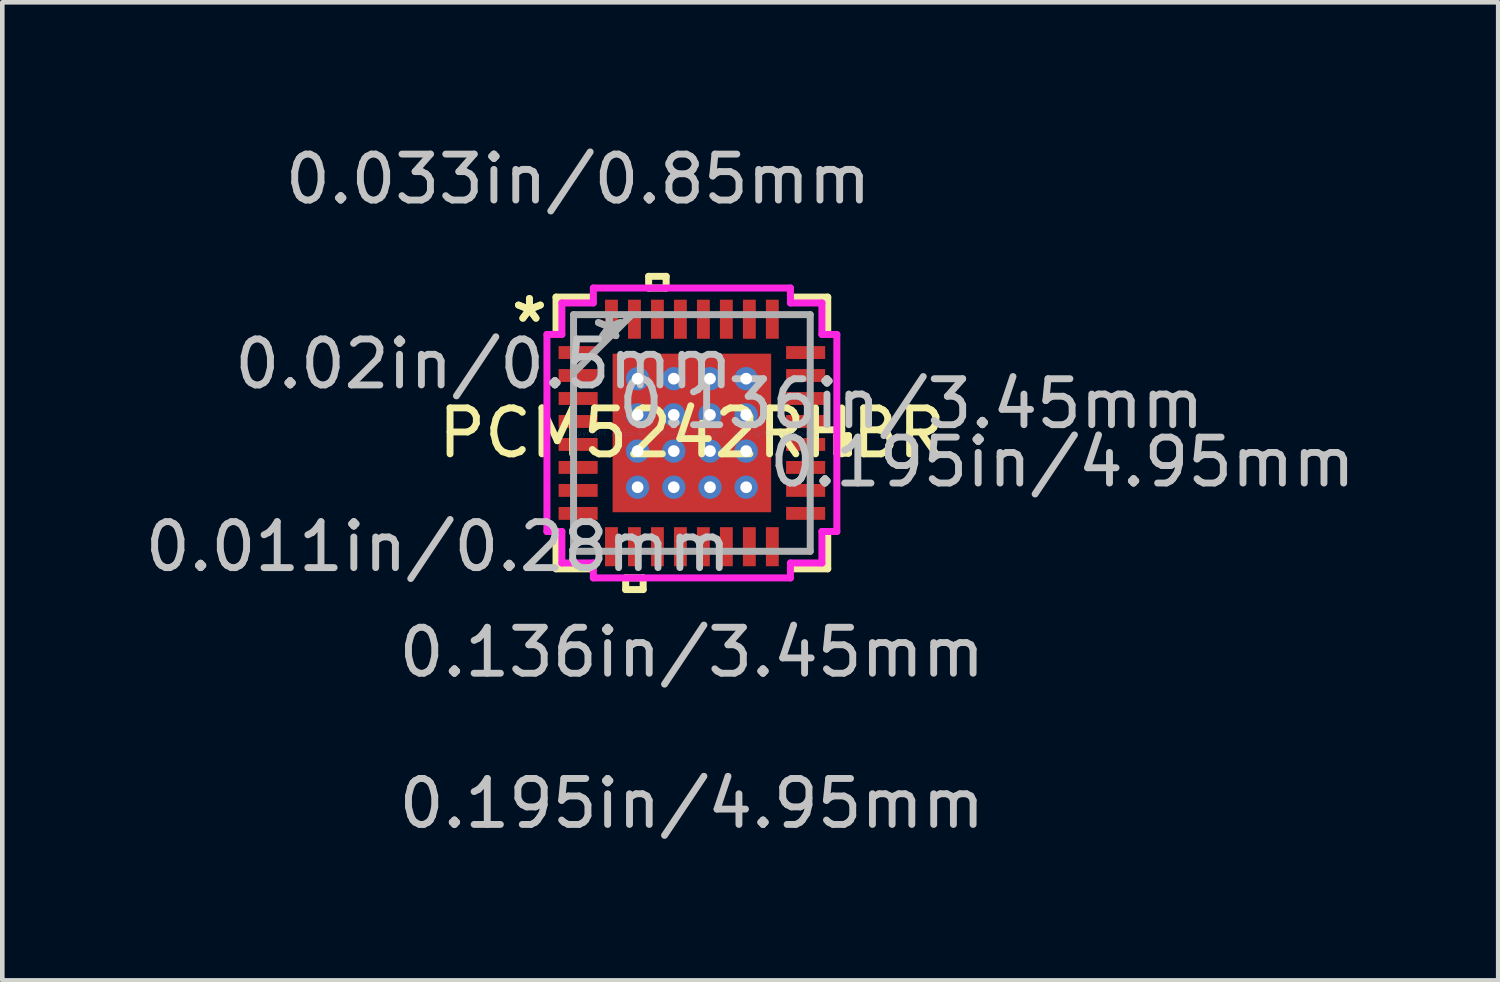
<source format=kicad_pcb>
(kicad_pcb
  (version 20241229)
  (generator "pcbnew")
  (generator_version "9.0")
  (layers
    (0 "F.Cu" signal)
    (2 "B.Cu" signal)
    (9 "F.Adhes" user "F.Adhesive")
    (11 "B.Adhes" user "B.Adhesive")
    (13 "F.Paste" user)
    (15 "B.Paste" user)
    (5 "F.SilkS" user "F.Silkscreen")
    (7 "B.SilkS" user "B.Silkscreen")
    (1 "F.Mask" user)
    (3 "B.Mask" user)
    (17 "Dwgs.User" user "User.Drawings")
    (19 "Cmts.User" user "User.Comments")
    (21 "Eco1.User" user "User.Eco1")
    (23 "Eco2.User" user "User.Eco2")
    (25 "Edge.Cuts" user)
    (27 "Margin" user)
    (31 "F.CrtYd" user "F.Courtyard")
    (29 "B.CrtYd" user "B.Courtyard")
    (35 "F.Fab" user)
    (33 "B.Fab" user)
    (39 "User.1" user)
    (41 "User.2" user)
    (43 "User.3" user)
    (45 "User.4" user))
  (footprint "PCM5242RHBR"
    (layer "F.Cu")
    (at 12.005 6.371)
    (property "Reference" "PCM5242RHBR" (at 0 0 0) (layer "F.SilkS") (effects (font (size 1 1) (thickness 0.15))))
    (attr through_hole)
    (fp_line (start -1.788 -1.788) (end -1.381 -1.788) (stroke (width 0.152) (type solid)) (layer "F.Mask"))
    (fp_line (start -1.788 -1.788) (end 1.788 -1.788) (stroke (width 0.152) (type solid)) (layer "F.Mask"))
    (fp_line (start -1.788 -1.381) (end -1.788 -1.788) (stroke (width 0.152) (type solid)) (layer "F.Mask"))
    (fp_line (start -1.788 -0.981) (end 1.788 -0.981) (stroke (width 0.152) (type solid)) (layer "F.Mask"))
    (fp_line (start -1.788 -0.594) (end -1.788 -0.981) (stroke (width 0.152) (type solid)) (layer "F.Mask"))
    (fp_line (start -1.788 -0.194) (end 1.788 -0.194) (stroke (width 0.152) (type solid)) (layer "F.Mask"))
    (fp_line (start -1.788 0.194) (end -1.788 -0.194) (stroke (width 0.152) (type solid)) (layer "F.Mask"))
    (fp_line (start -1.788 0.594) (end 1.788 0.594) (stroke (width 0.152) (type solid)) (layer "F.Mask"))
    (fp_line (start -1.788 0.981) (end -1.788 0.594) (stroke (width 0.152) (type solid)) (layer "F.Mask"))
    (fp_line (start -1.788 1.381) (end 1.788 1.381) (stroke (width 0.152) (type solid)) (layer "F.Mask"))
    (fp_line (start -1.788 1.788) (end -1.788 -1.788) (stroke (width 0.152) (type solid)) (layer "F.Mask"))
    (fp_line (start -1.788 1.788) (end -1.788 1.381) (stroke (width 0.152) (type solid)) (layer "F.Mask"))
    (fp_line (start -1.381 -1.788) (end -1.381 1.788) (stroke (width 0.152) (type solid)) (layer "F.Mask"))
    (fp_line (start -1.381 1.788) (end -1.788 1.788) (stroke (width 0.152) (type solid)) (layer "F.Mask"))
    (fp_line (start -0.981 -1.788) (end -0.981 1.788) (stroke (width 0.152) (type solid)) (layer "F.Mask"))
    (fp_line (start -0.981 1.788) (end -0.594 1.788) (stroke (width 0.152) (type solid)) (layer "F.Mask"))
    (fp_line (start -0.594 -1.788) (end -0.981 -1.788) (stroke (width 0.152) (type solid)) (layer "F.Mask"))
    (fp_line (start -0.594 1.788) (end -0.594 -1.788) (stroke (width 0.152) (type solid)) (layer "F.Mask"))
    (fp_line (start -0.194 -1.788) (end -0.194 1.788) (stroke (width 0.152) (type solid)) (layer "F.Mask"))
    (fp_line (start -0.194 1.788) (end 0.194 1.788) (stroke (width 0.152) (type solid)) (layer "F.Mask"))
    (fp_line (start 0.194 -1.788) (end -0.194 -1.788) (stroke (width 0.152) (type solid)) (layer "F.Mask"))
    (fp_line (start 0.194 1.788) (end 0.194 -1.788) (stroke (width 0.152) (type solid)) (layer "F.Mask"))
    (fp_line (start 0.594 -1.788) (end 0.594 1.788) (stroke (width 0.152) (type solid)) (layer "F.Mask"))
    (fp_line (start 0.594 1.788) (end 0.981 1.788) (stroke (width 0.152) (type solid)) (layer "F.Mask"))
    (fp_line (start 0.981 -1.788) (end 0.594 -1.788) (stroke (width 0.152) (type solid)) (layer "F.Mask"))
    (fp_line (start 0.981 1.788) (end 0.981 -1.788) (stroke (width 0.152) (type solid)) (layer "F.Mask"))
    (fp_line (start 1.381 -1.788) (end 1.788 -1.788) (stroke (width 0.152) (type solid)) (layer "F.Mask"))
    (fp_line (start 1.381 1.788) (end 1.381 -1.788) (stroke (width 0.152) (type solid)) (layer "F.Mask"))
    (fp_line (start 1.788 -1.788) (end 1.788 -1.381) (stroke (width 0.152) (type solid)) (layer "F.Mask"))
    (fp_line (start 1.788 -1.788) (end 1.788 1.788) (stroke (width 0.152) (type solid)) (layer "F.Mask"))
    (fp_line (start 1.788 -1.381) (end -1.788 -1.381) (stroke (width 0.152) (type solid)) (layer "F.Mask"))
    (fp_line (start 1.788 -0.981) (end 1.788 -0.594) (stroke (width 0.152) (type solid)) (layer "F.Mask"))
    (fp_line (start 1.788 -0.594) (end -1.788 -0.594) (stroke (width 0.152) (type solid)) (layer "F.Mask"))
    (fp_line (start 1.788 -0.194) (end 1.788 0.194) (stroke (width 0.152) (type solid)) (layer "F.Mask"))
    (fp_line (start 1.788 0.194) (end -1.788 0.194) (stroke (width 0.152) (type solid)) (layer "F.Mask"))
    (fp_line (start 1.788 0.594) (end 1.788 0.981) (stroke (width 0.152) (type solid)) (layer "F.Mask"))
    (fp_line (start 1.788 0.981) (end -1.788 0.981) (stroke (width 0.152) (type solid)) (layer "F.Mask"))
    (fp_line (start 1.788 1.381) (end 1.788 1.788) (stroke (width 0.152) (type solid)) (layer "F.Mask"))
    (fp_line (start 1.788 1.788) (end -1.788 1.788) (stroke (width 0.152) (type solid)) (layer "F.Mask"))
    (fp_line (start 1.788 1.788) (end 1.381 1.788) (stroke (width 0.152) (type solid)) (layer "F.Mask"))
    (fp_line (start -2.956 -2.956) (end -2.956 -2.218) (stroke (width 0.152) (type solid)) (layer "F.SilkS"))
    (fp_line (start -2.956 2.218) (end -2.956 2.956) (stroke (width 0.152) (type solid)) (layer "F.SilkS"))
    (fp_line (start -2.956 2.956) (end -2.218 2.956) (stroke (width 0.152) (type solid)) (layer "F.SilkS"))
    (fp_line (start -2.218 -2.956) (end -2.956 -2.956) (stroke (width 0.152) (type solid)) (layer "F.SilkS"))
    (fp_line (start -1.441 3.154) (end -1.441 3.408) (stroke (width 0.152) (type solid)) (layer "F.SilkS"))
    (fp_line (start -1.441 3.408) (end -1.06 3.408) (stroke (width 0.152) (type solid)) (layer "F.SilkS"))
    (fp_line (start -1.06 3.154) (end -1.441 3.154) (stroke (width 0.152) (type solid)) (layer "F.SilkS"))
    (fp_line (start -1.06 3.408) (end -1.06 3.154) (stroke (width 0.152) (type solid)) (layer "F.SilkS"))
    (fp_line (start -0.941 -3.408) (end -0.56 -3.408) (stroke (width 0.152) (type solid)) (layer "F.SilkS"))
    (fp_line (start -0.941 -3.154) (end -0.941 -3.408) (stroke (width 0.152) (type solid)) (layer "F.SilkS"))
    (fp_line (start -0.56 -3.408) (end -0.56 -3.154) (stroke (width 0.152) (type solid)) (layer "F.SilkS"))
    (fp_line (start -0.56 -3.154) (end -0.941 -3.154) (stroke (width 0.152) (type solid)) (layer "F.SilkS"))
    (fp_line (start 2.218 2.956) (end 2.956 2.956) (stroke (width 0.152) (type solid)) (layer "F.SilkS"))
    (fp_line (start 2.956 -2.956) (end 2.218 -2.956) (stroke (width 0.152) (type solid)) (layer "F.SilkS"))
    (fp_line (start 2.956 -2.218) (end 2.956 -2.956) (stroke (width 0.152) (type solid)) (layer "F.SilkS"))
    (fp_line (start 2.956 2.956) (end 2.956 2.218) (stroke (width 0.152) (type solid)) (layer "F.SilkS"))
    (fp_line (start 3.154 0.059) (end 3.408 0.059) (stroke (width 0.152) (type solid)) (layer "F.SilkS"))
    (fp_line (start 3.154 0.441) (end 3.154 0.059) (stroke (width 0.152) (type solid)) (layer "F.SilkS"))
    (fp_line (start 3.408 0.059) (end 3.408 0.441) (stroke (width 0.152) (type solid)) (layer "F.SilkS"))
    (fp_line (start 3.408 0.441) (end 3.154 0.441) (stroke (width 0.152) (type solid)) (layer "F.SilkS"))
    (fp_line (start -1.65 -1.65) (end -1.65 -1.281) (stroke (width 0.152) (type solid)) (layer "F.Paste"))
    (fp_line (start -1.65 -1.281) (end -1.423 -1.281) (stroke (width 0.152) (type solid)) (layer "F.Paste"))
    (fp_line (start -1.65 -1.081) (end -1.65 -0.494) (stroke (width 0.152) (type solid)) (layer "F.Paste"))
    (fp_line (start -1.65 -0.494) (end -1.423 -0.494) (stroke (width 0.152) (type solid)) (layer "F.Paste"))
    (fp_line (start -1.65 -0.294) (end -1.65 0.294) (stroke (width 0.152) (type solid)) (layer "F.Paste"))
    (fp_line (start -1.65 0.294) (end -1.423 0.294) (stroke (width 0.152) (type solid)) (layer "F.Paste"))
    (fp_line (start -1.65 0.494) (end -1.65 1.081) (stroke (width 0.152) (type solid)) (layer "F.Paste"))
    (fp_line (start -1.65 1.081) (end -1.423 1.081) (stroke (width 0.152) (type solid)) (layer "F.Paste"))
    (fp_line (start -1.65 1.281) (end -1.65 1.65) (stroke (width 0.152) (type solid)) (layer "F.Paste"))
    (fp_line (start -1.65 1.65) (end -1.281 1.65) (stroke (width 0.152) (type solid)) (layer "F.Paste"))
    (fp_line (start -1.423 -1.281) (end -1.423 -1.281) (stroke (width 0.152) (type solid)) (layer "F.Paste"))
    (fp_line (start -1.423 -1.281) (end -1.281 -1.423) (stroke (width 0.152) (type solid)) (layer "F.Paste"))
    (fp_line (start -1.423 -1.081) (end -1.65 -1.081) (stroke (width 0.152) (type solid)) (layer "F.Paste"))
    (fp_line (start -1.423 -1.081) (end -1.423 -1.081) (stroke (width 0.152) (type solid)) (layer "F.Paste"))
    (fp_line (start -1.423 -0.494) (end -1.423 -0.494) (stroke (width 0.152) (type solid)) (layer "F.Paste"))
    (fp_line (start -1.423 -0.494) (end -1.281 -0.635) (stroke (width 0.152) (type solid)) (layer "F.Paste"))
    (fp_line (start -1.423 -0.294) (end -1.65 -0.294) (stroke (width 0.152) (type solid)) (layer "F.Paste"))
    (fp_line (start -1.423 -0.294) (end -1.423 -0.294) (stroke (width 0.152) (type solid)) (layer "F.Paste"))
    (fp_line (start -1.423 0.294) (end -1.423 0.294) (stroke (width 0.152) (type solid)) (layer "F.Paste"))
    (fp_line (start -1.423 0.294) (end -1.281 0.152) (stroke (width 0.152) (type solid)) (layer "F.Paste"))
    (fp_line (start -1.423 0.494) (end -1.65 0.494) (stroke (width 0.152) (type solid)) (layer "F.Paste"))
    (fp_line (start -1.423 0.494) (end -1.423 0.494) (stroke (width 0.152) (type solid)) (layer "F.Paste"))
    (fp_line (start -1.423 1.081) (end -1.423 1.081) (stroke (width 0.152) (type solid)) (layer "F.Paste"))
    (fp_line (start -1.423 1.081) (end -1.281 0.94) (stroke (width 0.152) (type solid)) (layer "F.Paste"))
    (fp_line (start -1.423 1.281) (end -1.65 1.281) (stroke (width 0.152) (type solid)) (layer "F.Paste"))
    (fp_line (start -1.423 1.281) (end -1.423 1.281) (stroke (width 0.152) (type solid)) (layer "F.Paste"))
    (fp_line (start -1.281 -1.65) (end -1.65 -1.65) (stroke (width 0.152) (type solid)) (layer "F.Paste"))
    (fp_line (start -1.281 -1.423) (end -1.281 -1.65) (stroke (width 0.152) (type solid)) (layer "F.Paste"))
    (fp_line (start -1.281 -1.423) (end -1.281 -1.423) (stroke (width 0.152) (type solid)) (layer "F.Paste"))
    (fp_line (start -1.281 -0.94) (end -1.423 -1.081) (stroke (width 0.152) (type solid)) (layer "F.Paste"))
    (fp_line (start -1.281 -0.94) (end -1.281 -0.94) (stroke (width 0.152) (type solid)) (layer "F.Paste"))
    (fp_line (start -1.281 -0.635) (end -1.281 -0.94) (stroke (width 0.152) (type solid)) (layer "F.Paste"))
    (fp_line (start -1.281 -0.635) (end -1.281 -0.635) (stroke (width 0.152) (type solid)) (layer "F.Paste"))
    (fp_line (start -1.281 -0.152) (end -1.423 -0.294) (stroke (width 0.152) (type solid)) (layer "F.Paste"))
    (fp_line (start -1.281 -0.152) (end -1.281 -0.152) (stroke (width 0.152) (type solid)) (layer "F.Paste"))
    (fp_line (start -1.281 0.152) (end -1.281 -0.152) (stroke (width 0.152) (type solid)) (layer "F.Paste"))
    (fp_line (start -1.281 0.152) (end -1.281 0.152) (stroke (width 0.152) (type solid)) (layer "F.Paste"))
    (fp_line (start -1.281 0.635) (end -1.423 0.494) (stroke (width 0.152) (type solid)) (layer "F.Paste"))
    (fp_line (start -1.281 0.635) (end -1.281 0.635) (stroke (width 0.152) (type solid)) (layer "F.Paste"))
    (fp_line (start -1.281 0.94) (end -1.281 0.635) (stroke (width 0.152) (type solid)) (layer "F.Paste"))
    (fp_line (start -1.281 0.94) (end -1.281 0.94) (stroke (width 0.152) (type solid)) (layer "F.Paste"))
    (fp_line (start -1.281 1.423) (end -1.423 1.281) (stroke (width 0.152) (type solid)) (layer "F.Paste"))
    (fp_line (start -1.281 1.423) (end -1.281 1.423) (stroke (width 0.152) (type solid)) (layer "F.Paste"))
    (fp_line (start -1.281 1.65) (end -1.281 1.423) (stroke (width 0.152) (type solid)) (layer "F.Paste"))
    (fp_line (start -1.081 -1.65) (end -1.081 -1.423) (stroke (width 0.152) (type solid)) (layer "F.Paste"))
    (fp_line (start -1.081 -1.423) (end -1.081 -1.423) (stroke (width 0.152) (type solid)) (layer "F.Paste"))
    (fp_line (start -1.081 -1.423) (end -0.94 -1.281) (stroke (width 0.152) (type solid)) (layer "F.Paste"))
    (fp_line (start -1.081 -0.94) (end -1.081 -0.94) (stroke (width 0.152) (type solid)) (layer "F.Paste"))
    (fp_line (start -1.081 -0.94) (end -1.081 -0.635) (stroke (width 0.152) (type solid)) (layer "F.Paste"))
    (fp_line (start -1.081 -0.635) (end -1.081 -0.635) (stroke (width 0.152) (type solid)) (layer "F.Paste"))
    (fp_line (start -1.081 -0.635) (end -0.94 -0.494) (stroke (width 0.152) (type solid)) (layer "F.Paste"))
    (fp_line (start -1.081 -0.152) (end -1.081 -0.152) (stroke (width 0.152) (type solid)) (layer "F.Paste"))
    (fp_line (start -1.081 -0.152) (end -1.081 0.152) (stroke (width 0.152) (type solid)) (layer "F.Paste"))
    (fp_line (start -1.081 0.152) (end -1.081 0.152) (stroke (width 0.152) (type solid)) (layer "F.Paste"))
    (fp_line (start -1.081 0.152) (end -0.94 0.294) (stroke (width 0.152) (type solid)) (layer "F.Paste"))
    (fp_line (start -1.081 0.635) (end -1.081 0.635) (stroke (width 0.152) (type solid)) (layer "F.Paste"))
    (fp_line (start -1.081 0.635) (end -1.081 0.94) (stroke (width 0.152) (type solid)) (layer "F.Paste"))
    (fp_line (start -1.081 0.94) (end -1.081 0.94) (stroke (width 0.152) (type solid)) (layer "F.Paste"))
    (fp_line (start -1.081 0.94) (end -0.94 1.081) (stroke (width 0.152) (type solid)) (layer "F.Paste"))
    (fp_line (start -1.081 1.423) (end -1.081 1.423) (stroke (width 0.152) (type solid)) (layer "F.Paste"))
    (fp_line (start -1.081 1.423) (end -1.081 1.65) (stroke (width 0.152) (type solid)) (layer "F.Paste"))
    (fp_line (start -1.081 1.65) (end -0.494 1.65) (stroke (width 0.152) (type solid)) (layer "F.Paste"))
    (fp_line (start -0.94 -1.281) (end -0.94 -1.281) (stroke (width 0.152) (type solid)) (layer "F.Paste"))
    (fp_line (start -0.94 -1.281) (end -0.635 -1.281) (stroke (width 0.152) (type solid)) (layer "F.Paste"))
    (fp_line (start -0.94 -1.081) (end -1.081 -0.94) (stroke (width 0.152) (type solid)) (layer "F.Paste"))
    (fp_line (start -0.94 -1.081) (end -0.94 -1.081) (stroke (width 0.152) (type solid)) (layer "F.Paste"))
    (fp_line (start -0.94 -0.494) (end -0.94 -0.494) (stroke (width 0.152) (type solid)) (layer "F.Paste"))
    (fp_line (start -0.94 -0.494) (end -0.635 -0.494) (stroke (width 0.152) (type solid)) (layer "F.Paste"))
    (fp_line (start -0.94 -0.294) (end -1.081 -0.152) (stroke (width 0.152) (type solid)) (layer "F.Paste"))
    (fp_line (start -0.94 -0.294) (end -0.94 -0.294) (stroke (width 0.152) (type solid)) (layer "F.Paste"))
    (fp_line (start -0.94 0.294) (end -0.94 0.294) (stroke (width 0.152) (type solid)) (layer "F.Paste"))
    (fp_line (start -0.94 0.294) (end -0.635 0.294) (stroke (width 0.152) (type solid)) (layer "F.Paste"))
    (fp_line (start -0.94 0.494) (end -1.081 0.635) (stroke (width 0.152) (type solid)) (layer "F.Paste"))
    (fp_line (start -0.94 0.494) (end -0.94 0.494) (stroke (width 0.152) (type solid)) (layer "F.Paste"))
    (fp_line (start -0.94 1.081) (end -0.94 1.081) (stroke (width 0.152) (type solid)) (layer "F.Paste"))
    (fp_line (start -0.94 1.081) (end -0.635 1.081) (stroke (width 0.152) (type solid)) (layer "F.Paste"))
    (fp_line (start -0.94 1.281) (end -1.081 1.423) (stroke (width 0.152) (type solid)) (layer "F.Paste"))
    (fp_line (start -0.94 1.281) (end -0.94 1.281) (stroke (width 0.152) (type solid)) (layer "F.Paste"))
    (fp_line (start -0.635 -1.281) (end -0.635 -1.281) (stroke (width 0.152) (type solid)) (layer "F.Paste"))
    (fp_line (start -0.635 -1.281) (end -0.494 -1.423) (stroke (width 0.152) (type solid)) (layer "F.Paste"))
    (fp_line (start -0.635 -1.081) (end -0.94 -1.081) (stroke (width 0.152) (type solid)) (layer "F.Paste"))
    (fp_line (start -0.635 -1.081) (end -0.635 -1.081) (stroke (width 0.152) (type solid)) (layer "F.Paste"))
    (fp_line (start -0.635 -0.494) (end -0.635 -0.494) (stroke (width 0.152) (type solid)) (layer "F.Paste"))
    (fp_line (start -0.635 -0.494) (end -0.494 -0.635) (stroke (width 0.152) (type solid)) (layer "F.Paste"))
    (fp_line (start -0.635 -0.294) (end -0.94 -0.294) (stroke (width 0.152) (type solid)) (layer "F.Paste"))
    (fp_line (start -0.635 -0.294) (end -0.635 -0.294) (stroke (width 0.152) (type solid)) (layer "F.Paste"))
    (fp_line (start -0.635 0.294) (end -0.635 0.294) (stroke (width 0.152) (type solid)) (layer "F.Paste"))
    (fp_line (start -0.635 0.294) (end -0.494 0.152) (stroke (width 0.152) (type solid)) (layer "F.Paste"))
    (fp_line (start -0.635 0.494) (end -0.94 0.494) (stroke (width 0.152) (type solid)) (layer "F.Paste"))
    (fp_line (start -0.635 0.494) (end -0.635 0.494) (stroke (width 0.152) (type solid)) (layer "F.Paste"))
    (fp_line (start -0.635 1.081) (end -0.635 1.081) (stroke (width 0.152) (type solid)) (layer "F.Paste"))
    (fp_line (start -0.635 1.081) (end -0.494 0.94) (stroke (width 0.152) (type solid)) (layer "F.Paste"))
    (fp_line (start -0.635 1.281) (end -0.94 1.281) (stroke (width 0.152) (type solid)) (layer "F.Paste"))
    (fp_line (start -0.635 1.281) (end -0.635 1.281) (stroke (width 0.152) (type solid)) (layer "F.Paste"))
    (fp_line (start -0.494 -1.65) (end -1.081 -1.65) (stroke (width 0.152) (type solid)) (layer "F.Paste"))
    (fp_line (start -0.494 -1.423) (end -0.494 -1.65) (stroke (width 0.152) (type solid)) (layer "F.Paste"))
    (fp_line (start -0.494 -1.423) (end -0.494 -1.423) (stroke (width 0.152) (type solid)) (layer "F.Paste"))
    (fp_line (start -0.494 -0.94) (end -0.635 -1.081) (stroke (width 0.152) (type solid)) (layer "F.Paste"))
    (fp_line (start -0.494 -0.94) (end -0.494 -0.94) (stroke (width 0.152) (type solid)) (layer "F.Paste"))
    (fp_line (start -0.494 -0.635) (end -0.494 -0.94) (stroke (width 0.152) (type solid)) (layer "F.Paste"))
    (fp_line (start -0.494 -0.635) (end -0.494 -0.635) (stroke (width 0.152) (type solid)) (layer "F.Paste"))
    (fp_line (start -0.494 -0.152) (end -0.635 -0.294) (stroke (width 0.152) (type solid)) (layer "F.Paste"))
    (fp_line (start -0.494 -0.152) (end -0.494 -0.152) (stroke (width 0.152) (type solid)) (layer "F.Paste"))
    (fp_line (start -0.494 0.152) (end -0.494 -0.152) (stroke (width 0.152) (type solid)) (layer "F.Paste"))
    (fp_line (start -0.494 0.152) (end -0.494 0.152) (stroke (width 0.152) (type solid)) (layer "F.Paste"))
    (fp_line (start -0.494 0.635) (end -0.635 0.494) (stroke (width 0.152) (type solid)) (layer "F.Paste"))
    (fp_line (start -0.494 0.635) (end -0.494 0.635) (stroke (width 0.152) (type solid)) (layer "F.Paste"))
    (fp_line (start -0.494 0.94) (end -0.494 0.635) (stroke (width 0.152) (type solid)) (layer "F.Paste"))
    (fp_line (start -0.494 0.94) (end -0.494 0.94) (stroke (width 0.152) (type solid)) (layer "F.Paste"))
    (fp_line (start -0.494 1.423) (end -0.635 1.281) (stroke (width 0.152) (type solid)) (layer "F.Paste"))
    (fp_line (start -0.494 1.423) (end -0.494 1.423) (stroke (width 0.152) (type solid)) (layer "F.Paste"))
    (fp_line (start -0.494 1.65) (end -0.494 1.423) (stroke (width 0.152) (type solid)) (layer "F.Paste"))
    (fp_line (start -0.294 -1.65) (end -0.294 -1.423) (stroke (width 0.152) (type solid)) (layer "F.Paste"))
    (fp_line (start -0.294 -1.423) (end -0.294 -1.423) (stroke (width 0.152) (type solid)) (layer "F.Paste"))
    (fp_line (start -0.294 -1.423) (end -0.152 -1.281) (stroke (width 0.152) (type solid)) (layer "F.Paste"))
    (fp_line (start -0.294 -0.94) (end -0.294 -0.94) (stroke (width 0.152) (type solid)) (layer "F.Paste"))
    (fp_line (start -0.294 -0.94) (end -0.294 -0.635) (stroke (width 0.152) (type solid)) (layer "F.Paste"))
    (fp_line (start -0.294 -0.635) (end -0.294 -0.635) (stroke (width 0.152) (type solid)) (layer "F.Paste"))
    (fp_line (start -0.294 -0.635) (end -0.152 -0.494) (stroke (width 0.152) (type solid)) (layer "F.Paste"))
    (fp_line (start -0.294 -0.152) (end -0.294 -0.152) (stroke (width 0.152) (type solid)) (layer "F.Paste"))
    (fp_line (start -0.294 -0.152) (end -0.294 0.152) (stroke (width 0.152) (type solid)) (layer "F.Paste"))
    (fp_line (start -0.294 0.152) (end -0.294 0.152) (stroke (width 0.152) (type solid)) (layer "F.Paste"))
    (fp_line (start -0.294 0.152) (end -0.152 0.294) (stroke (width 0.152) (type solid)) (layer "F.Paste"))
    (fp_line (start -0.294 0.635) (end -0.294 0.635) (stroke (width 0.152) (type solid)) (layer "F.Paste"))
    (fp_line (start -0.294 0.635) (end -0.294 0.94) (stroke (width 0.152) (type solid)) (layer "F.Paste"))
    (fp_line (start -0.294 0.94) (end -0.294 0.94) (stroke (width 0.152) (type solid)) (layer "F.Paste"))
    (fp_line (start -0.294 0.94) (end -0.152 1.081) (stroke (width 0.152) (type solid)) (layer "F.Paste"))
    (fp_line (start -0.294 1.423) (end -0.294 1.423) (stroke (width 0.152) (type solid)) (layer "F.Paste"))
    (fp_line (start -0.294 1.423) (end -0.294 1.65) (stroke (width 0.152) (type solid)) (layer "F.Paste"))
    (fp_line (start -0.294 1.65) (end 0.294 1.65) (stroke (width 0.152) (type solid)) (layer "F.Paste"))
    (fp_line (start -0.152 -1.281) (end -0.152 -1.281) (stroke (width 0.152) (type solid)) (layer "F.Paste"))
    (fp_line (start -0.152 -1.281) (end 0.152 -1.281) (stroke (width 0.152) (type solid)) (layer "F.Paste"))
    (fp_line (start -0.152 -1.081) (end -0.294 -0.94) (stroke (width 0.152) (type solid)) (layer "F.Paste"))
    (fp_line (start -0.152 -1.081) (end -0.152 -1.081) (stroke (width 0.152) (type solid)) (layer "F.Paste"))
    (fp_line (start -0.152 -0.494) (end -0.152 -0.494) (stroke (width 0.152) (type solid)) (layer "F.Paste"))
    (fp_line (start -0.152 -0.494) (end 0.152 -0.494) (stroke (width 0.152) (type solid)) (layer "F.Paste"))
    (fp_line (start -0.152 -0.294) (end -0.294 -0.152) (stroke (width 0.152) (type solid)) (layer "F.Paste"))
    (fp_line (start -0.152 -0.294) (end -0.152 -0.294) (stroke (width 0.152) (type solid)) (layer "F.Paste"))
    (fp_line (start -0.152 0.294) (end -0.152 0.294) (stroke (width 0.152) (type solid)) (layer "F.Paste"))
    (fp_line (start -0.152 0.294) (end 0.152 0.294) (stroke (width 0.152) (type solid)) (layer "F.Paste"))
    (fp_line (start -0.152 0.494) (end -0.294 0.635) (stroke (width 0.152) (type solid)) (layer "F.Paste"))
    (fp_line (start -0.152 0.494) (end -0.152 0.494) (stroke (width 0.152) (type solid)) (layer "F.Paste"))
    (fp_line (start -0.152 1.081) (end -0.152 1.081) (stroke (width 0.152) (type solid)) (layer "F.Paste"))
    (fp_line (start -0.152 1.081) (end 0.152 1.081) (stroke (width 0.152) (type solid)) (layer "F.Paste"))
    (fp_line (start -0.152 1.281) (end -0.294 1.423) (stroke (width 0.152) (type solid)) (layer "F.Paste"))
    (fp_line (start -0.152 1.281) (end -0.152 1.281) (stroke (width 0.152) (type solid)) (layer "F.Paste"))
    (fp_line (start 0.152 -1.281) (end 0.152 -1.281) (stroke (width 0.152) (type solid)) (layer "F.Paste"))
    (fp_line (start 0.152 -1.281) (end 0.294 -1.423) (stroke (width 0.152) (type solid)) (layer "F.Paste"))
    (fp_line (start 0.152 -1.081) (end -0.152 -1.081) (stroke (width 0.152) (type solid)) (layer "F.Paste"))
    (fp_line (start 0.152 -1.081) (end 0.152 -1.081) (stroke (width 0.152) (type solid)) (layer "F.Paste"))
    (fp_line (start 0.152 -0.494) (end 0.152 -0.494) (stroke (width 0.152) (type solid)) (layer "F.Paste"))
    (fp_line (start 0.152 -0.494) (end 0.294 -0.635) (stroke (width 0.152) (type solid)) (layer "F.Paste"))
    (fp_line (start 0.152 -0.294) (end -0.152 -0.294) (stroke (width 0.152) (type solid)) (layer "F.Paste"))
    (fp_line (start 0.152 -0.294) (end 0.152 -0.294) (stroke (width 0.152) (type solid)) (layer "F.Paste"))
    (fp_line (start 0.152 0.294) (end 0.152 0.294) (stroke (width 0.152) (type solid)) (layer "F.Paste"))
    (fp_line (start 0.152 0.294) (end 0.294 0.152) (stroke (width 0.152) (type solid)) (layer "F.Paste"))
    (fp_line (start 0.152 0.494) (end -0.152 0.494) (stroke (width 0.152) (type solid)) (layer "F.Paste"))
    (fp_line (start 0.152 0.494) (end 0.152 0.494) (stroke (width 0.152) (type solid)) (layer "F.Paste"))
    (fp_line (start 0.152 1.081) (end 0.152 1.081) (stroke (width 0.152) (type solid)) (layer "F.Paste"))
    (fp_line (start 0.152 1.081) (end 0.294 0.94) (stroke (width 0.152) (type solid)) (layer "F.Paste"))
    (fp_line (start 0.152 1.281) (end -0.152 1.281) (stroke (width 0.152) (type solid)) (layer "F.Paste"))
    (fp_line (start 0.152 1.281) (end 0.152 1.281) (stroke (width 0.152) (type solid)) (layer "F.Paste"))
    (fp_line (start 0.294 -1.65) (end -0.294 -1.65) (stroke (width 0.152) (type solid)) (layer "F.Paste"))
    (fp_line (start 0.294 -1.423) (end 0.294 -1.65) (stroke (width 0.152) (type solid)) (layer "F.Paste"))
    (fp_line (start 0.294 -1.423) (end 0.294 -1.423) (stroke (width 0.152) (type solid)) (layer "F.Paste"))
    (fp_line (start 0.294 -0.94) (end 0.152 -1.081) (stroke (width 0.152) (type solid)) (layer "F.Paste"))
    (fp_line (start 0.294 -0.94) (end 0.294 -0.94) (stroke (width 0.152) (type solid)) (layer "F.Paste"))
    (fp_line (start 0.294 -0.635) (end 0.294 -0.94) (stroke (width 0.152) (type solid)) (layer "F.Paste"))
    (fp_line (start 0.294 -0.635) (end 0.294 -0.635) (stroke (width 0.152) (type solid)) (layer "F.Paste"))
    (fp_line (start 0.294 -0.152) (end 0.152 -0.294) (stroke (width 0.152) (type solid)) (layer "F.Paste"))
    (fp_line (start 0.294 -0.152) (end 0.294 -0.152) (stroke (width 0.152) (type solid)) (layer "F.Paste"))
    (fp_line (start 0.294 0.152) (end 0.294 -0.152) (stroke (width 0.152) (type solid)) (layer "F.Paste"))
    (fp_line (start 0.294 0.152) (end 0.294 0.152) (stroke (width 0.152) (type solid)) (layer "F.Paste"))
    (fp_line (start 0.294 0.635) (end 0.152 0.494) (stroke (width 0.152) (type solid)) (layer "F.Paste"))
    (fp_line (start 0.294 0.635) (end 0.294 0.635) (stroke (width 0.152) (type solid)) (layer "F.Paste"))
    (fp_line (start 0.294 0.94) (end 0.294 0.635) (stroke (width 0.152) (type solid)) (layer "F.Paste"))
    (fp_line (start 0.294 0.94) (end 0.294 0.94) (stroke (width 0.152) (type solid)) (layer "F.Paste"))
    (fp_line (start 0.294 1.423) (end 0.152 1.281) (stroke (width 0.152) (type solid)) (layer "F.Paste"))
    (fp_line (start 0.294 1.423) (end 0.294 1.423) (stroke (width 0.152) (type solid)) (layer "F.Paste"))
    (fp_line (start 0.294 1.65) (end 0.294 1.423) (stroke (width 0.152) (type solid)) (layer "F.Paste"))
    (fp_line (start 0.494 -1.65) (end 0.494 -1.423) (stroke (width 0.152) (type solid)) (layer "F.Paste"))
    (fp_line (start 0.494 -1.423) (end 0.494 -1.423) (stroke (width 0.152) (type solid)) (layer "F.Paste"))
    (fp_line (start 0.494 -1.423) (end 0.635 -1.281) (stroke (width 0.152) (type solid)) (layer "F.Paste"))
    (fp_line (start 0.494 -0.94) (end 0.494 -0.94) (stroke (width 0.152) (type solid)) (layer "F.Paste"))
    (fp_line (start 0.494 -0.94) (end 0.494 -0.635) (stroke (width 0.152) (type solid)) (layer "F.Paste"))
    (fp_line (start 0.494 -0.635) (end 0.494 -0.635) (stroke (width 0.152) (type solid)) (layer "F.Paste"))
    (fp_line (start 0.494 -0.635) (end 0.635 -0.494) (stroke (width 0.152) (type solid)) (layer "F.Paste"))
    (fp_line (start 0.494 -0.152) (end 0.494 -0.152) (stroke (width 0.152) (type solid)) (layer "F.Paste"))
    (fp_line (start 0.494 -0.152) (end 0.494 0.152) (stroke (width 0.152) (type solid)) (layer "F.Paste"))
    (fp_line (start 0.494 0.152) (end 0.494 0.152) (stroke (width 0.152) (type solid)) (layer "F.Paste"))
    (fp_line (start 0.494 0.152) (end 0.635 0.294) (stroke (width 0.152) (type solid)) (layer "F.Paste"))
    (fp_line (start 0.494 0.635) (end 0.494 0.635) (stroke (width 0.152) (type solid)) (layer "F.Paste"))
    (fp_line (start 0.494 0.635) (end 0.494 0.94) (stroke (width 0.152) (type solid)) (layer "F.Paste"))
    (fp_line (start 0.494 0.94) (end 0.494 0.94) (stroke (width 0.152) (type solid)) (layer "F.Paste"))
    (fp_line (start 0.494 0.94) (end 0.635 1.081) (stroke (width 0.152) (type solid)) (layer "F.Paste"))
    (fp_line (start 0.494 1.423) (end 0.494 1.423) (stroke (width 0.152) (type solid)) (layer "F.Paste"))
    (fp_line (start 0.494 1.423) (end 0.494 1.65) (stroke (width 0.152) (type solid)) (layer "F.Paste"))
    (fp_line (start 0.494 1.65) (end 1.081 1.65) (stroke (width 0.152) (type solid)) (layer "F.Paste"))
    (fp_line (start 0.635 -1.281) (end 0.635 -1.281) (stroke (width 0.152) (type solid)) (layer "F.Paste"))
    (fp_line (start 0.635 -1.281) (end 0.94 -1.281) (stroke (width 0.152) (type solid)) (layer "F.Paste"))
    (fp_line (start 0.635 -1.081) (end 0.494 -0.94) (stroke (width 0.152) (type solid)) (layer "F.Paste"))
    (fp_line (start 0.635 -1.081) (end 0.635 -1.081) (stroke (width 0.152) (type solid)) (layer "F.Paste"))
    (fp_line (start 0.635 -0.494) (end 0.635 -0.494) (stroke (width 0.152) (type solid)) (layer "F.Paste"))
    (fp_line (start 0.635 -0.494) (end 0.94 -0.494) (stroke (width 0.152) (type solid)) (layer "F.Paste"))
    (fp_line (start 0.635 -0.294) (end 0.494 -0.152) (stroke (width 0.152) (type solid)) (layer "F.Paste"))
    (fp_line (start 0.635 -0.294) (end 0.635 -0.294) (stroke (width 0.152) (type solid)) (layer "F.Paste"))
    (fp_line (start 0.635 0.294) (end 0.635 0.294) (stroke (width 0.152) (type solid)) (layer "F.Paste"))
    (fp_line (start 0.635 0.294) (end 0.94 0.294) (stroke (width 0.152) (type solid)) (layer "F.Paste"))
    (fp_line (start 0.635 0.494) (end 0.494 0.635) (stroke (width 0.152) (type solid)) (layer "F.Paste"))
    (fp_line (start 0.635 0.494) (end 0.635 0.494) (stroke (width 0.152) (type solid)) (layer "F.Paste"))
    (fp_line (start 0.635 1.081) (end 0.635 1.081) (stroke (width 0.152) (type solid)) (layer "F.Paste"))
    (fp_line (start 0.635 1.081) (end 0.94 1.081) (stroke (width 0.152) (type solid)) (layer "F.Paste"))
    (fp_line (start 0.635 1.281) (end 0.494 1.423) (stroke (width 0.152) (type solid)) (layer "F.Paste"))
    (fp_line (start 0.635 1.281) (end 0.635 1.281) (stroke (width 0.152) (type solid)) (layer "F.Paste"))
    (fp_line (start 0.94 -1.281) (end 0.94 -1.281) (stroke (width 0.152) (type solid)) (layer "F.Paste"))
    (fp_line (start 0.94 -1.281) (end 1.081 -1.423) (stroke (width 0.152) (type solid)) (layer "F.Paste"))
    (fp_line (start 0.94 -1.081) (end 0.635 -1.081) (stroke (width 0.152) (type solid)) (layer "F.Paste"))
    (fp_line (start 0.94 -1.081) (end 0.94 -1.081) (stroke (width 0.152) (type solid)) (layer "F.Paste"))
    (fp_line (start 0.94 -0.494) (end 0.94 -0.494) (stroke (width 0.152) (type solid)) (layer "F.Paste"))
    (fp_line (start 0.94 -0.494) (end 1.081 -0.635) (stroke (width 0.152) (type solid)) (layer "F.Paste"))
    (fp_line (start 0.94 -0.294) (end 0.635 -0.294) (stroke (width 0.152) (type solid)) (layer "F.Paste"))
    (fp_line (start 0.94 -0.294) (end 0.94 -0.294) (stroke (width 0.152) (type solid)) (layer "F.Paste"))
    (fp_line (start 0.94 0.294) (end 0.94 0.294) (stroke (width 0.152) (type solid)) (layer "F.Paste"))
    (fp_line (start 0.94 0.294) (end 1.081 0.152) (stroke (width 0.152) (type solid)) (layer "F.Paste"))
    (fp_line (start 0.94 0.494) (end 0.635 0.494) (stroke (width 0.152) (type solid)) (layer "F.Paste"))
    (fp_line (start 0.94 0.494) (end 0.94 0.494) (stroke (width 0.152) (type solid)) (layer "F.Paste"))
    (fp_line (start 0.94 1.081) (end 0.94 1.081) (stroke (width 0.152) (type solid)) (layer "F.Paste"))
    (fp_line (start 0.94 1.081) (end 1.081 0.94) (stroke (width 0.152) (type solid)) (layer "F.Paste"))
    (fp_line (start 0.94 1.281) (end 0.635 1.281) (stroke (width 0.152) (type solid)) (layer "F.Paste"))
    (fp_line (start 0.94 1.281) (end 0.94 1.281) (stroke (width 0.152) (type solid)) (layer "F.Paste"))
    (fp_line (start 1.081 -1.65) (end 0.494 -1.65) (stroke (width 0.152) (type solid)) (layer "F.Paste"))
    (fp_line (start 1.081 -1.423) (end 1.081 -1.65) (stroke (width 0.152) (type solid)) (layer "F.Paste"))
    (fp_line (start 1.081 -1.423) (end 1.081 -1.423) (stroke (width 0.152) (type solid)) (layer "F.Paste"))
    (fp_line (start 1.081 -0.94) (end 0.94 -1.081) (stroke (width 0.152) (type solid)) (layer "F.Paste"))
    (fp_line (start 1.081 -0.94) (end 1.081 -0.94) (stroke (width 0.152) (type solid)) (layer "F.Paste"))
    (fp_line (start 1.081 -0.635) (end 1.081 -0.94) (stroke (width 0.152) (type solid)) (layer "F.Paste"))
    (fp_line (start 1.081 -0.635) (end 1.081 -0.635) (stroke (width 0.152) (type solid)) (layer "F.Paste"))
    (fp_line (start 1.081 -0.152) (end 0.94 -0.294) (stroke (width 0.152) (type solid)) (layer "F.Paste"))
    (fp_line (start 1.081 -0.152) (end 1.081 -0.152) (stroke (width 0.152) (type solid)) (layer "F.Paste"))
    (fp_line (start 1.081 0.152) (end 1.081 -0.152) (stroke (width 0.152) (type solid)) (layer "F.Paste"))
    (fp_line (start 1.081 0.152) (end 1.081 0.152) (stroke (width 0.152) (type solid)) (layer "F.Paste"))
    (fp_line (start 1.081 0.635) (end 0.94 0.494) (stroke (width 0.152) (type solid)) (layer "F.Paste"))
    (fp_line (start 1.081 0.635) (end 1.081 0.635) (stroke (width 0.152) (type solid)) (layer "F.Paste"))
    (fp_line (start 1.081 0.94) (end 1.081 0.635) (stroke (width 0.152) (type solid)) (layer "F.Paste"))
    (fp_line (start 1.081 0.94) (end 1.081 0.94) (stroke (width 0.152) (type solid)) (layer "F.Paste"))
    (fp_line (start 1.081 1.423) (end 0.94 1.281) (stroke (width 0.152) (type solid)) (layer "F.Paste"))
    (fp_line (start 1.081 1.423) (end 1.081 1.423) (stroke (width 0.152) (type solid)) (layer "F.Paste"))
    (fp_line (start 1.081 1.65) (end 1.081 1.423) (stroke (width 0.152) (type solid)) (layer "F.Paste"))
    (fp_line (start 1.281 -1.65) (end 1.281 -1.423) (stroke (width 0.152) (type solid)) (layer "F.Paste"))
    (fp_line (start 1.281 -1.423) (end 1.281 -1.423) (stroke (width 0.152) (type solid)) (layer "F.Paste"))
    (fp_line (start 1.281 -1.423) (end 1.423 -1.281) (stroke (width 0.152) (type solid)) (layer "F.Paste"))
    (fp_line (start 1.281 -0.94) (end 1.281 -0.94) (stroke (width 0.152) (type solid)) (layer "F.Paste"))
    (fp_line (start 1.281 -0.94) (end 1.281 -0.635) (stroke (width 0.152) (type solid)) (layer "F.Paste"))
    (fp_line (start 1.281 -0.635) (end 1.281 -0.635) (stroke (width 0.152) (type solid)) (layer "F.Paste"))
    (fp_line (start 1.281 -0.635) (end 1.423 -0.494) (stroke (width 0.152) (type solid)) (layer "F.Paste"))
    (fp_line (start 1.281 -0.152) (end 1.281 -0.152) (stroke (width 0.152) (type solid)) (layer "F.Paste"))
    (fp_line (start 1.281 -0.152) (end 1.281 0.152) (stroke (width 0.152) (type solid)) (layer "F.Paste"))
    (fp_line (start 1.281 0.152) (end 1.281 0.152) (stroke (width 0.152) (type solid)) (layer "F.Paste"))
    (fp_line (start 1.281 0.152) (end 1.423 0.294) (stroke (width 0.152) (type solid)) (layer "F.Paste"))
    (fp_line (start 1.281 0.635) (end 1.281 0.635) (stroke (width 0.152) (type solid)) (layer "F.Paste"))
    (fp_line (start 1.281 0.635) (end 1.281 0.94) (stroke (width 0.152) (type solid)) (layer "F.Paste"))
    (fp_line (start 1.281 0.94) (end 1.281 0.94) (stroke (width 0.152) (type solid)) (layer "F.Paste"))
    (fp_line (start 1.281 0.94) (end 1.423 1.081) (stroke (width 0.152) (type solid)) (layer "F.Paste"))
    (fp_line (start 1.281 1.423) (end 1.281 1.423) (stroke (width 0.152) (type solid)) (layer "F.Paste"))
    (fp_line (start 1.281 1.423) (end 1.281 1.65) (stroke (width 0.152) (type solid)) (layer "F.Paste"))
    (fp_line (start 1.281 1.65) (end 1.65 1.65) (stroke (width 0.152) (type solid)) (layer "F.Paste"))
    (fp_line (start 1.423 -1.281) (end 1.423 -1.281) (stroke (width 0.152) (type solid)) (layer "F.Paste"))
    (fp_line (start 1.423 -1.281) (end 1.65 -1.281) (stroke (width 0.152) (type solid)) (layer "F.Paste"))
    (fp_line (start 1.423 -1.081) (end 1.281 -0.94) (stroke (width 0.152) (type solid)) (layer "F.Paste"))
    (fp_line (start 1.423 -1.081) (end 1.423 -1.081) (stroke (width 0.152) (type solid)) (layer "F.Paste"))
    (fp_line (start 1.423 -0.494) (end 1.423 -0.494) (stroke (width 0.152) (type solid)) (layer "F.Paste"))
    (fp_line (start 1.423 -0.494) (end 1.65 -0.494) (stroke (width 0.152) (type solid)) (layer "F.Paste"))
    (fp_line (start 1.423 -0.294) (end 1.281 -0.152) (stroke (width 0.152) (type solid)) (layer "F.Paste"))
    (fp_line (start 1.423 -0.294) (end 1.423 -0.294) (stroke (width 0.152) (type solid)) (layer "F.Paste"))
    (fp_line (start 1.423 0.294) (end 1.423 0.294) (stroke (width 0.152) (type solid)) (layer "F.Paste"))
    (fp_line (start 1.423 0.294) (end 1.65 0.294) (stroke (width 0.152) (type solid)) (layer "F.Paste"))
    (fp_line (start 1.423 0.494) (end 1.281 0.635) (stroke (width 0.152) (type solid)) (layer "F.Paste"))
    (fp_line (start 1.423 0.494) (end 1.423 0.494) (stroke (width 0.152) (type solid)) (layer "F.Paste"))
    (fp_line (start 1.423 1.081) (end 1.423 1.081) (stroke (width 0.152) (type solid)) (layer "F.Paste"))
    (fp_line (start 1.423 1.081) (end 1.65 1.081) (stroke (width 0.152) (type solid)) (layer "F.Paste"))
    (fp_line (start 1.423 1.281) (end 1.281 1.423) (stroke (width 0.152) (type solid)) (layer "F.Paste"))
    (fp_line (start 1.423 1.281) (end 1.423 1.281) (stroke (width 0.152) (type solid)) (layer "F.Paste"))
    (fp_line (start 1.65 -1.65) (end 1.281 -1.65) (stroke (width 0.152) (type solid)) (layer "F.Paste"))
    (fp_line (start 1.65 -1.281) (end 1.65 -1.65) (stroke (width 0.152) (type solid)) (layer "F.Paste"))
    (fp_line (start 1.65 -1.081) (end 1.423 -1.081) (stroke (width 0.152) (type solid)) (layer "F.Paste"))
    (fp_line (start 1.65 -0.494) (end 1.65 -1.081) (stroke (width 0.152) (type solid)) (layer "F.Paste"))
    (fp_line (start 1.65 -0.294) (end 1.423 -0.294) (stroke (width 0.152) (type solid)) (layer "F.Paste"))
    (fp_line (start 1.65 0.294) (end 1.65 -0.294) (stroke (width 0.152) (type solid)) (layer "F.Paste"))
    (fp_line (start 1.65 0.494) (end 1.423 0.494) (stroke (width 0.152) (type solid)) (layer "F.Paste"))
    (fp_line (start 1.65 1.081) (end 1.65 0.494) (stroke (width 0.152) (type solid)) (layer "F.Paste"))
    (fp_line (start 1.65 1.281) (end 1.423 1.281) (stroke (width 0.152) (type solid)) (layer "F.Paste"))
    (fp_line (start 1.65 1.65) (end 1.65 1.281) (stroke (width 0.152) (type solid)) (layer "F.Paste"))
    (fp_line (start -3.154 -2.144) (end -2.829 -2.144) (stroke (width 0.152) (type solid)) (layer "F.CrtYd"))
    (fp_line (start -3.154 2.144) (end -3.154 -2.144) (stroke (width 0.152) (type solid)) (layer "F.CrtYd"))
    (fp_line (start -2.829 -2.829) (end -2.144 -2.829) (stroke (width 0.152) (type solid)) (layer "F.CrtYd"))
    (fp_line (start -2.829 -2.144) (end -2.829 -2.829) (stroke (width 0.152) (type solid)) (layer "F.CrtYd"))
    (fp_line (start -2.829 2.144) (end -3.154 2.144) (stroke (width 0.152) (type solid)) (layer "F.CrtYd"))
    (fp_line (start -2.829 2.829) (end -2.829 2.144) (stroke (width 0.152) (type solid)) (layer "F.CrtYd"))
    (fp_line (start -2.144 -3.154) (end 2.144 -3.154) (stroke (width 0.152) (type solid)) (layer "F.CrtYd"))
    (fp_line (start -2.144 -2.829) (end -2.144 -3.154) (stroke (width 0.152) (type solid)) (layer "F.CrtYd"))
    (fp_line (start -2.144 2.829) (end -2.829 2.829) (stroke (width 0.152) (type solid)) (layer "F.CrtYd"))
    (fp_line (start -2.144 3.154) (end -2.144 2.829) (stroke (width 0.152) (type solid)) (layer "F.CrtYd"))
    (fp_line (start 2.144 -3.154) (end 2.144 -2.829) (stroke (width 0.152) (type solid)) (layer "F.CrtYd"))
    (fp_line (start 2.144 -2.829) (end 2.829 -2.829) (stroke (width 0.152) (type solid)) (layer "F.CrtYd"))
    (fp_line (start 2.144 2.829) (end 2.144 3.154) (stroke (width 0.152) (type solid)) (layer "F.CrtYd"))
    (fp_line (start 2.144 3.154) (end -2.144 3.154) (stroke (width 0.152) (type solid)) (layer "F.CrtYd"))
    (fp_line (start 2.829 -2.829) (end 2.829 -2.144) (stroke (width 0.152) (type solid)) (layer "F.CrtYd"))
    (fp_line (start 2.829 -2.144) (end 3.154 -2.144) (stroke (width 0.152) (type solid)) (layer "F.CrtYd"))
    (fp_line (start 2.829 2.144) (end 2.829 2.829) (stroke (width 0.152) (type solid)) (layer "F.CrtYd"))
    (fp_line (start 2.829 2.829) (end 2.144 2.829) (stroke (width 0.152) (type solid)) (layer "F.CrtYd"))
    (fp_line (start 3.154 -2.144) (end 3.154 2.144) (stroke (width 0.152) (type solid)) (layer "F.CrtYd"))
    (fp_line (start 3.154 2.144) (end 2.829 2.144) (stroke (width 0.152) (type solid)) (layer "F.CrtYd"))
    (fp_line (start -2.575 -2.575) (end -2.575 2.575) (stroke (width 0.152) (type solid)) (layer "F.Fab"))
    (fp_line (start -2.575 -1.305) (end -1.305 -2.575) (stroke (width 0.152) (type solid)) (layer "F.Fab"))
    (fp_line (start -2.575 2.575) (end 2.575 2.575) (stroke (width 0.152) (type solid)) (layer "F.Fab"))
    (fp_line (start 2.575 -2.575) (end -2.575 -2.575) (stroke (width 0.152) (type solid)) (layer "F.Fab"))
    (fp_line (start 2.575 2.575) (end 2.575 -2.575) (stroke (width 0.152) (type solid)) (layer "F.Fab"))
    (fp_text user "*" (at -3.535 -2.381 0) (layer "F.SilkS") (effects (font (size 1 1) (thickness 0.15))))
    (fp_text user "*" (at -3.535 -2.381 0) (layer "F.SilkS") (effects (font (size 1 1) (thickness 0.15))))
    (fp_text user "0.02in/0.5mm" (at -4.528 -1.5 0) (layer "Dwgs.User") (effects (font (size 1 1) (thickness 0.15))))
    (fp_text user "0.033in/0.85mm" (at -2.475 -5.523 0) (layer "Dwgs.User") (effects (font (size 1 1) (thickness 0.15))))
    (fp_text user "0.195in/4.95mm" (at 0 8.063 0) (layer "Dwgs.User") (effects (font (size 1 1) (thickness 0.15))))
    (fp_text user "0.136in/3.45mm" (at 4.773 -0.635 0) (layer "Dwgs.User") (effects (font (size 1 1) (thickness 0.15))))
    (fp_text user "0.136in/3.45mm" (at 0 4.773 0) (layer "Dwgs.User") (effects (font (size 1 1) (thickness 0.15))))
    (fp_text user "0.011in/0.28mm" (at -5.523 2.475 0) (layer "Dwgs.User") (effects (font (size 1 1) (thickness 0.15))))
    (fp_text user "0.195in/4.95mm" (at 8.063 0.635 0) (layer "Dwgs.User") (effects (font (size 1 1) (thickness 0.15))))
    (fp_text user "Copyright 2016 Accelerated Designs. All rights reserved." (at 0 0 0) (layer "Cmts.User") (effects (font (size 0.127 0.127) (thickness 0.002))))
    (fp_text user "*" (at -1.796 -2 0) (layer "F.Fab") (effects (font (size 1 1) (thickness 0.15))))
    (fp_text user "*" (at -1.796 -2 0) (layer "F.Fab") (effects (font (size 1 1) (thickness 0.15))))
    (pad "1" smd rect (at -2.475 -1.75 90) (size 0.28 0.85) (layers "F.Cu" "F.Mask" "F.Paste"))
    (pad "2" smd rect (at -2.475 -1.25 90) (size 0.28 0.85) (layers "F.Cu" "F.Mask" "F.Paste"))
    (pad "3" smd rect (at -2.475 -0.75 90) (size 0.28 0.85) (layers "F.Cu" "F.Mask" "F.Paste"))
    (pad "4" smd rect (at -2.475 -0.25 90) (size 0.28 0.85) (layers "F.Cu" "F.Mask" "F.Paste"))
    (pad "5" smd rect (at -2.475 0.25 90) (size 0.28 0.85) (layers "F.Cu" "F.Mask" "F.Paste"))
    (pad "6" smd rect (at -2.475 0.75 90) (size 0.28 0.85) (layers "F.Cu" "F.Mask" "F.Paste"))
    (pad "7" smd rect (at -2.475 1.25 90) (size 0.28 0.85) (layers "F.Cu" "F.Mask" "F.Paste"))
    (pad "8" smd rect (at -2.475 1.75 90) (size 0.28 0.85) (layers "F.Cu" "F.Mask" "F.Paste"))
    (pad "9" smd rect (at -1.75 2.475) (size 0.28 0.85) (layers "F.Cu" "F.Mask" "F.Paste"))
    (pad "10" smd rect (at -1.25 2.475) (size 0.28 0.85) (layers "F.Cu" "F.Mask" "F.Paste"))
    (pad "11" smd rect (at -0.75 2.475) (size 0.28 0.85) (layers "F.Cu" "F.Mask" "F.Paste"))
    (pad "12" smd rect (at -0.25 2.475) (size 0.28 0.85) (layers "F.Cu" "F.Mask" "F.Paste"))
    (pad "13" smd rect (at 0.25 2.475) (size 0.28 0.85) (layers "F.Cu" "F.Mask" "F.Paste"))
    (pad "14" smd rect (at 0.75 2.475) (size 0.28 0.85) (layers "F.Cu" "F.Mask" "F.Paste"))
    (pad "15" smd rect (at 1.25 2.475) (size 0.28 0.85) (layers "F.Cu" "F.Mask" "F.Paste"))
    (pad "16" smd rect (at 1.75 2.475) (size 0.28 0.85) (layers "F.Cu" "F.Mask" "F.Paste"))
    (pad "17" smd rect (at 2.475 1.75 90) (size 0.28 0.85) (layers "F.Cu" "F.Mask" "F.Paste"))
    (pad "18" smd rect (at 2.475 1.25 90) (size 0.28 0.85) (layers "F.Cu" "F.Mask" "F.Paste"))
    (pad "19" smd rect (at 2.475 0.75 90) (size 0.28 0.85) (layers "F.Cu" "F.Mask" "F.Paste"))
    (pad "20" smd rect (at 2.475 0.25 90) (size 0.28 0.85) (layers "F.Cu" "F.Mask" "F.Paste"))
    (pad "21" smd rect (at 2.475 -0.25 90) (size 0.28 0.85) (layers "F.Cu" "F.Mask" "F.Paste"))
    (pad "22" smd rect (at 2.475 -0.75 90) (size 0.28 0.85) (layers "F.Cu" "F.Mask" "F.Paste"))
    (pad "23" smd rect (at 2.475 -1.25 90) (size 0.28 0.85) (layers "F.Cu" "F.Mask" "F.Paste"))
    (pad "24" smd rect (at 2.475 -1.75 90) (size 0.28 0.85) (layers "F.Cu" "F.Mask" "F.Paste"))
    (pad "25" smd rect (at 1.75 -2.475) (size 0.28 0.85) (layers "F.Cu" "F.Mask" "F.Paste"))
    (pad "26" smd rect (at 1.25 -2.475) (size 0.28 0.85) (layers "F.Cu" "F.Mask" "F.Paste"))
    (pad "27" smd rect (at 0.75 -2.475) (size 0.28 0.85) (layers "F.Cu" "F.Mask" "F.Paste"))
    (pad "28" smd rect (at 0.25 -2.475) (size 0.28 0.85) (layers "F.Cu" "F.Mask" "F.Paste"))
    (pad "29" smd rect (at -0.25 -2.475) (size 0.28 0.85) (layers "F.Cu" "F.Mask" "F.Paste"))
    (pad "30" smd rect (at -0.75 -2.475) (size 0.28 0.85) (layers "F.Cu" "F.Mask" "F.Paste"))
    (pad "31" smd rect (at -1.25 -2.475) (size 0.28 0.85) (layers "F.Cu" "F.Mask" "F.Paste"))
    (pad "32" smd rect (at -1.75 -2.475) (size 0.28 0.85) (layers "F.Cu" "F.Mask" "F.Paste"))
    (pad "33" smd rect (at 0 0) (size 3.45 3.45) (layers "F.Cu" "F.Mask" "F.Paste"))
    (pad "V" thru_hole circle (at -1.181 -1.181) (size 0.508 0.508) (drill 0.254) (layers "*.Cu" "*.Mask"))
    (pad "V" thru_hole circle (at -1.181 -0.394) (size 0.508 0.508) (drill 0.254) (layers "*.Cu" "*.Mask"))
    (pad "V" thru_hole circle (at -1.181 0.394) (size 0.508 0.508) (drill 0.254) (layers "*.Cu" "*.Mask"))
    (pad "V" thru_hole circle (at -1.181 1.181) (size 0.508 0.508) (drill 0.254) (layers "*.Cu" "*.Mask"))
    (pad "V" thru_hole circle (at -0.394 -1.181) (size 0.508 0.508) (drill 0.254) (layers "*.Cu" "*.Mask"))
    (pad "V" thru_hole circle (at -0.394 -0.394) (size 0.508 0.508) (drill 0.254) (layers "*.Cu" "*.Mask"))
    (pad "V" thru_hole circle (at -0.394 0.394) (size 0.508 0.508) (drill 0.254) (layers "*.Cu" "*.Mask"))
    (pad "V" thru_hole circle (at -0.394 1.181) (size 0.508 0.508) (drill 0.254) (layers "*.Cu" "*.Mask"))
    (pad "V" thru_hole circle (at 0.394 -1.181) (size 0.508 0.508) (drill 0.254) (layers "*.Cu" "*.Mask"))
    (pad "V" thru_hole circle (at 0.394 -0.394) (size 0.508 0.508) (drill 0.254) (layers "*.Cu" "*.Mask"))
    (pad "V" thru_hole circle (at 0.394 0.394) (size 0.508 0.508) (drill 0.254) (layers "*.Cu" "*.Mask"))
    (pad "V" thru_hole circle (at 0.394 1.181) (size 0.508 0.508) (drill 0.254) (layers "*.Cu" "*.Mask"))
    (pad "V" thru_hole circle (at 1.181 -1.181) (size 0.508 0.508) (drill 0.254) (layers "*.Cu" "*.Mask"))
    (pad "V" thru_hole circle (at 1.181 -0.394) (size 0.508 0.508) (drill 0.254) (layers "*.Cu" "*.Mask"))
    (pad "V" thru_hole circle (at 1.181 0.394) (size 0.508 0.508) (drill 0.254) (layers "*.Cu" "*.Mask"))
    (pad "V" thru_hole circle (at 1.181 1.181) (size 0.508 0.508) (drill 0.254) (layers "*.Cu" "*.Mask")))
  (gr_rect
    (start -3 -3)
    (end 29.55 18.282)
    (stroke (width 0.1) (type default))
    (fill no)
    (layer "Edge.Cuts")))
</source>
